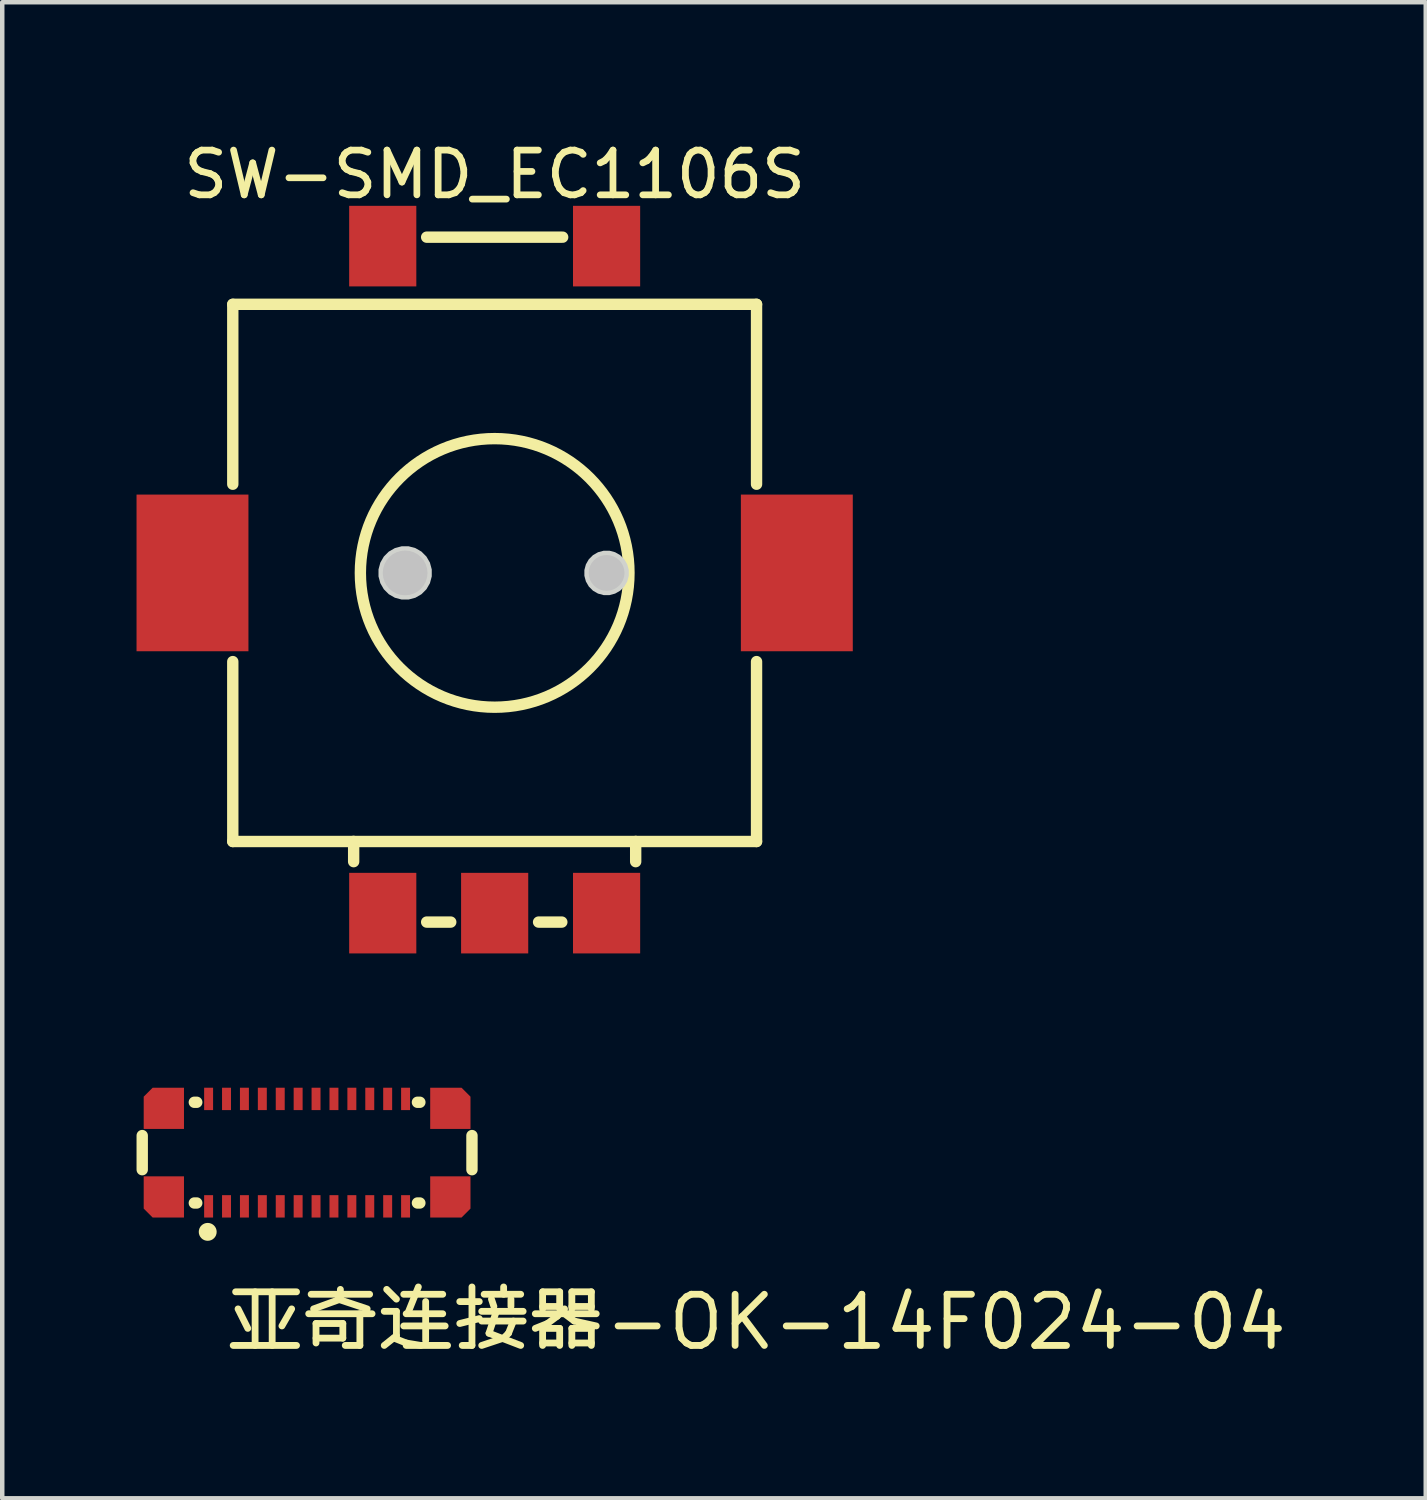
<source format=kicad_pcb>
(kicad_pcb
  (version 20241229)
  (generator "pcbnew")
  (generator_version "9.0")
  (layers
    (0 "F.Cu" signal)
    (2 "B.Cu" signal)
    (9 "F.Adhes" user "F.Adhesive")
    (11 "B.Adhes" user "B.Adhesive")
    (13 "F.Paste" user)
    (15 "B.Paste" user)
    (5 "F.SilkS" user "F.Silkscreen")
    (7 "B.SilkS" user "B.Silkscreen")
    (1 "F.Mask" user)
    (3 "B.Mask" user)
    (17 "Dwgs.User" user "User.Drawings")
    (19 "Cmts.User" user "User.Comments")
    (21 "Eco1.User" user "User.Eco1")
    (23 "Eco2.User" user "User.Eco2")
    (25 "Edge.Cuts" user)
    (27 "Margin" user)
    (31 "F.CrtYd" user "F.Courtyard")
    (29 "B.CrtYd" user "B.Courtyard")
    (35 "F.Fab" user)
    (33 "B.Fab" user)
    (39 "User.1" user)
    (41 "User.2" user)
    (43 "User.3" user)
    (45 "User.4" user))
  (footprint "亚奇连接器-OK-14F024-04"
    (layer "F.Cu")
    (at 3.55 22.998)
    (property "Reference" "亚奇连接器-OK-14F024-04" (at -1.6 3.486 180) (layer "F.SilkS") (effects (font (size 1.143 1.143) (thickness 0.152)) (justify left)))
    (attr smd)
    (fp_line (start -3.423 -0.681) (end -3.423 0.081) (stroke (width 0.254) (type default)) (layer "F.SilkS"))
    (fp_line (start -2.259 -1.425) (end -2.205 -1.425) (stroke (width 0.254) (type default)) (layer "F.SilkS"))
    (fp_line (start -2.259 0.825) (end -2.205 0.825) (stroke (width 0.254) (type default)) (layer "F.SilkS"))
    (fp_line (start 2.779 -1.425) (end 2.725 -1.425) (stroke (width 0.254) (type default)) (layer "F.SilkS"))
    (fp_line (start 2.779 0.825) (end 2.725 0.825) (stroke (width 0.254) (type default)) (layer "F.SilkS"))
    (fp_line (start 3.943 -0.681) (end 3.943 0.081) (stroke (width 0.254) (type default)) (layer "F.SilkS"))
    (fp_circle (center -1.96 1.47) (end -1.86 1.47) (stroke (width 0.2) (type default)) (fill no) (layer "F.SilkS"))
    (fp_poly (pts (xy -2 -1.25) (xy -1.88 -1.25) (xy -1.88 -1.55) (xy -2 -1.55)) (stroke (width 0.1) (type default)) (fill no) (layer "User.1"))
    (fp_poly (pts (xy -2 0.95) (xy -1.88 0.95) (xy -1.88 0.65) (xy -2 0.65)) (stroke (width 0.1) (type default)) (fill no) (layer "User.1"))
    (fp_poly (pts (xy -1.6 -1.25) (xy -1.48 -1.25) (xy -1.48 -1.55) (xy -1.6 -1.55)) (stroke (width 0.1) (type default)) (fill no) (layer "User.1"))
    (fp_poly (pts (xy -1.6 0.95) (xy -1.48 0.95) (xy -1.48 0.65) (xy -1.6 0.65)) (stroke (width 0.1) (type default)) (fill no) (layer "User.1"))
    (fp_poly (pts (xy -1.2 -1.25) (xy -1.08 -1.25) (xy -1.08 -1.55) (xy -1.2 -1.55)) (stroke (width 0.1) (type default)) (fill no) (layer "User.1"))
    (fp_poly (pts (xy -1.2 0.95) (xy -1.08 0.95) (xy -1.08 0.65) (xy -1.2 0.65)) (stroke (width 0.1) (type default)) (fill no) (layer "User.1"))
    (fp_poly (pts (xy -0.8 -1.25) (xy -0.68 -1.25) (xy -0.68 -1.55) (xy -0.8 -1.55)) (stroke (width 0.1) (type default)) (fill no) (layer "User.1"))
    (fp_poly (pts (xy -0.8 0.95) (xy -0.68 0.95) (xy -0.68 0.65) (xy -0.8 0.65)) (stroke (width 0.1) (type default)) (fill no) (layer "User.1"))
    (fp_poly (pts (xy -0.4 -1.25) (xy -0.28 -1.25) (xy -0.28 -1.55) (xy -0.4 -1.55)) (stroke (width 0.1) (type default)) (fill no) (layer "User.1"))
    (fp_poly (pts (xy -0.4 0.95) (xy -0.28 0.95) (xy -0.28 0.65) (xy -0.4 0.65)) (stroke (width 0.1) (type default)) (fill no) (layer "User.1"))
    (fp_poly (pts (xy 0 -1.25) (xy 0.12 -1.25) (xy 0.12 -1.55) (xy 0 -1.55)) (stroke (width 0.1) (type default)) (fill no) (layer "User.1"))
    (fp_poly (pts (xy 0 0.95) (xy 0.12 0.95) (xy 0.12 0.65) (xy 0 0.65)) (stroke (width 0.1) (type default)) (fill no) (layer "User.1"))
    (fp_poly (pts (xy 0.4 -1.25) (xy 0.52 -1.25) (xy 0.52 -1.55) (xy 0.4 -1.55)) (stroke (width 0.1) (type default)) (fill no) (layer "User.1"))
    (fp_poly (pts (xy 0.4 0.95) (xy 0.52 0.95) (xy 0.52 0.65) (xy 0.4 0.65)) (stroke (width 0.1) (type default)) (fill no) (layer "User.1"))
    (fp_poly (pts (xy 0.8 -1.25) (xy 0.92 -1.25) (xy 0.92 -1.55) (xy 0.8 -1.55)) (stroke (width 0.1) (type default)) (fill no) (layer "User.1"))
    (fp_poly (pts (xy 0.8 0.95) (xy 0.92 0.95) (xy 0.92 0.65) (xy 0.8 0.65)) (stroke (width 0.1) (type default)) (fill no) (layer "User.1"))
    (fp_poly (pts (xy 1.2 -1.25) (xy 1.32 -1.25) (xy 1.32 -1.55) (xy 1.2 -1.55)) (stroke (width 0.1) (type default)) (fill no) (layer "User.1"))
    (fp_poly (pts (xy 1.2 0.95) (xy 1.32 0.95) (xy 1.32 0.65) (xy 1.2 0.65)) (stroke (width 0.1) (type default)) (fill no) (layer "User.1"))
    (fp_poly (pts (xy 1.6 -1.25) (xy 1.72 -1.25) (xy 1.72 -1.55) (xy 1.6 -1.55)) (stroke (width 0.1) (type default)) (fill no) (layer "User.1"))
    (fp_poly (pts (xy 1.6 0.95) (xy 1.72 0.95) (xy 1.72 0.65) (xy 1.6 0.65)) (stroke (width 0.1) (type default)) (fill no) (layer "User.1"))
    (fp_poly (pts (xy 2 -1.25) (xy 2.12 -1.25) (xy 2.12 -1.55) (xy 2 -1.55)) (stroke (width 0.1) (type default)) (fill no) (layer "User.1"))
    (fp_poly (pts (xy 2 0.95) (xy 2.12 0.95) (xy 2.12 0.65) (xy 2 0.65)) (stroke (width 0.1) (type default)) (fill no) (layer "User.1"))
    (fp_poly (pts (xy 2.4 -1.25) (xy 2.52 -1.25) (xy 2.52 -1.55) (xy 2.4 -1.55)) (stroke (width 0.1) (type default)) (fill no) (layer "User.1"))
    (fp_poly (pts (xy 2.4 0.95) (xy 2.52 0.95) (xy 2.52 0.65) (xy 2.4 0.65)) (stroke (width 0.1) (type default)) (fill no) (layer "User.1"))
    (fp_poly (pts (xy -3.21 -1.02) (xy -2.67 -1.02) (xy -2.67 -1.13) (xy -2.69 -1.14) (xy -2.69 -1.5) (xy -2.99 -1.5) (xy -2.99 -1.14) (xy -3.21 -1.14)) (stroke (width 0.1) (type default)) (fill no) (layer "User.1"))
    (fp_poly (pts (xy -3.21 0.42) (xy -2.67 0.42) (xy -2.67 0.53) (xy -2.69 0.54) (xy -2.69 0.9) (xy -2.99 0.9) (xy -2.99 0.54) (xy -3.21 0.54)) (stroke (width 0.1) (type default)) (fill no) (layer "User.1"))
    (fp_poly (pts (xy 3.73 -1.02) (xy 3.19 -1.02) (xy 3.19 -1.13) (xy 3.21 -1.14) (xy 3.21 -1.5) (xy 3.51 -1.5) (xy 3.51 -1.14) (xy 3.73 -1.14)) (stroke (width 0.1) (type default)) (fill no) (layer "User.1"))
    (fp_poly (pts (xy 3.73 0.42) (xy 3.19 0.42) (xy 3.19 0.53) (xy 3.21 0.54) (xy 3.21 0.9) (xy 3.51 0.9) (xy 3.51 0.54) (xy 3.73 0.54)) (stroke (width 0.1) (type default)) (fill no) (layer "User.1"))
    (fp_line (start -3.365 -1.425) (end -3.365 0.825) (stroke (width 0.051) (type default)) (layer "User.2"))
    (fp_line (start -3.365 0.825) (end 3.885 0.825) (stroke (width 0.051) (type default)) (layer "User.2"))
    (fp_line (start 3.885 -1.425) (end -3.365 -1.425) (stroke (width 0.051) (type default)) (layer "User.2"))
    (fp_line (start 3.885 0.825) (end 3.885 -1.425) (stroke (width 0.051) (type default)) (layer "User.2"))
    (fp_poly (pts (xy -3.31 0.973) (xy -3.342 1.005) (xy -3.388 1.005) (xy -3.42 0.973) (xy -3.42 0.927) (xy -3.388 0.895) (xy -3.342 0.895) (xy -3.31 0.927)) (stroke (width 0.1) (type default)) (fill no) (layer "User.3"))
    (pad "1" smd rect (at -1.94 0.9) (size 0.2 0.5) (layers "F.Cu" "F.Mask" "F.Paste"))
    (pad "2" smd rect (at -1.54 0.9) (size 0.2 0.5) (layers "F.Cu" "F.Mask" "F.Paste"))
    (pad "3" smd rect (at -1.14 0.9) (size 0.2 0.5) (layers "F.Cu" "F.Mask" "F.Paste"))
    (pad "4" smd rect (at -0.74 0.9) (size 0.2 0.5) (layers "F.Cu" "F.Mask" "F.Paste"))
    (pad "5" smd rect (at -0.34 0.9) (size 0.2 0.5) (layers "F.Cu" "F.Mask" "F.Paste"))
    (pad "6" smd rect (at 0.06 0.9) (size 0.2 0.5) (layers "F.Cu" "F.Mask" "F.Paste"))
    (pad "7" smd rect (at 0.46 0.9) (size 0.2 0.5) (layers "F.Cu" "F.Mask" "F.Paste"))
    (pad "8" smd rect (at 0.86 0.9) (size 0.2 0.5) (layers "F.Cu" "F.Mask" "F.Paste"))
    (pad "9" smd rect (at 1.26 0.9) (size 0.2 0.5) (layers "F.Cu" "F.Mask" "F.Paste"))
    (pad "10" smd rect (at 1.66 0.9) (size 0.2 0.5) (layers "F.Cu" "F.Mask" "F.Paste"))
    (pad "11" smd rect (at 2.06 0.9) (size 0.2 0.5) (layers "F.Cu" "F.Mask" "F.Paste"))
    (pad "12" smd rect (at 2.46 0.9) (size 0.2 0.5) (layers "F.Cu" "F.Mask" "F.Paste"))
    (pad "13" smd rect (at 2.46 -1.5) (size 0.2 0.5) (layers "F.Cu" "F.Mask" "F.Paste"))
    (pad "14" smd rect (at 2.06 -1.5) (size 0.2 0.5) (layers "F.Cu" "F.Mask" "F.Paste"))
    (pad "15" smd rect (at 1.66 -1.5) (size 0.2 0.5) (layers "F.Cu" "F.Mask" "F.Paste"))
    (pad "16" smd rect (at 1.26 -1.5) (size 0.2 0.5) (layers "F.Cu" "F.Mask" "F.Paste"))
    (pad "17" smd rect (at 0.86 -1.5) (size 0.2 0.5) (layers "F.Cu" "F.Mask" "F.Paste"))
    (pad "18" smd rect (at 0.46 -1.5) (size 0.2 0.5) (layers "F.Cu" "F.Mask" "F.Paste"))
    (pad "19" smd rect (at 0.06 -1.5) (size 0.2 0.5) (layers "F.Cu" "F.Mask" "F.Paste"))
    (pad "20" smd rect (at -0.34 -1.5) (size 0.2 0.5) (layers "F.Cu" "F.Mask" "F.Paste"))
    (pad "21" smd rect (at -0.74 -1.5) (size 0.2 0.5) (layers "F.Cu" "F.Mask" "F.Paste"))
    (pad "22" smd rect (at -1.14 -1.5) (size 0.2 0.5) (layers "F.Cu" "F.Mask" "F.Paste"))
    (pad "23" smd rect (at -1.54 -1.5) (size 0.2 0.5) (layers "F.Cu" "F.Mask" "F.Paste"))
    (pad "24" smd rect (at -1.94 -1.5) (size 0.2 0.5) (layers "F.Cu" "F.Mask" "F.Paste"))
    (pad "25" smd custom (at -2.94 -1.29) (size 0.000001 0.000001) (layers "F.Cu" "F.Mask" "F.Paste") (options (anchor circle)) (primitives (gr_poly (pts (xy 0.45 -0.46) (xy -0.25 -0.46) (xy -0.45 -0.26) (xy -0.45 0.46) (xy 0.45 0.46) (xy 0.45 0)) (width 0) (fill yes))))
    (pad "26" smd custom (at -2.94 0.69) (size 0.000001 0.000001) (layers "F.Cu" "F.Mask" "F.Paste") (options (anchor circle)) (primitives (gr_poly (pts (xy 0.45 0.46) (xy -0.25 0.46) (xy -0.45 0.26) (xy -0.45 -0.46) (xy 0.45 -0.46) (xy 0.45 0)) (width 0) (fill yes))))
    (pad "27" smd custom (at 3.46 0.69) (size 0.000001 0.000001) (layers "F.Cu" "F.Mask" "F.Paste") (options (anchor circle)) (primitives (gr_poly (pts (xy -0.45 0.46) (xy 0.25 0.46) (xy 0.45 0.26) (xy 0.45 -0.46) (xy -0.45 -0.46) (xy -0.45 0)) (width 0) (fill yes))))
    (pad "28" smd custom (at 3.46 -1.29) (size 0.000001 0.000001) (layers "F.Cu" "F.Mask" "F.Paste") (options (anchor circle)) (primitives (gr_poly (pts (xy -0.45 -0.46) (xy 0.25 -0.46) (xy 0.45 -0.26) (xy 0.45 0.46) (xy -0.45 0.46) (xy -0.45 0)) (width 0) (fill yes)))))
  (footprint "SW-SMD_EC1106S"
    (layer "F.Cu")
    (at 8 9.898)
    (property "Reference" "SW-SMD_EC1106S" (at 0 -9.05 0) (layer "F.SilkS") (effects (font (size 1 1) (thickness 0.15))))
    (fp_line (start -5.85 -6.15) (end 5.85 -6.15) (stroke (width 0.254) (type default)) (layer "F.SilkS"))
    (fp_line (start -5.85 -2.131) (end -5.85 -6.15) (stroke (width 0.254) (type default)) (layer "F.SilkS"))
    (fp_line (start -5.85 5.85) (end -5.85 1.831) (stroke (width 0.254) (type default)) (layer "F.SilkS"))
    (fp_line (start -3.162 5.85) (end -3.15 5.85) (stroke (width 0.254) (type default)) (layer "F.SilkS"))
    (fp_line (start -3.15 5.85) (end -3.15 6.3) (stroke (width 0.254) (type default)) (layer "F.SilkS"))
    (fp_line (start -1.519 -7.65) (end 1.519 -7.65) (stroke (width 0.254) (type default)) (layer "F.SilkS"))
    (fp_line (start -1.519 7.65) (end -0.981 7.65) (stroke (width 0.254) (type default)) (layer "F.SilkS"))
    (fp_line (start 0.981 7.65) (end 1.5 7.65) (stroke (width 0.254) (type default)) (layer "F.SilkS"))
    (fp_line (start 3.15 5.85) (end 3.15 6.3) (stroke (width 0.254) (type default)) (layer "F.SilkS"))
    (fp_line (start 3.151 5.85) (end 3.15 5.85) (stroke (width 0.254) (type default)) (layer "F.SilkS"))
    (fp_line (start 5.85 -6.15) (end 5.85 -2.131) (stroke (width 0.254) (type default)) (layer "F.SilkS"))
    (fp_line (start 5.85 1.831) (end 5.85 5.85) (stroke (width 0.254) (type default)) (layer "F.SilkS"))
    (fp_line (start 5.85 5.85) (end -5.85 5.85) (stroke (width 0.254) (type default)) (layer "F.SilkS"))
    (fp_circle (center 0 -0.15) (end 3 -0.15) (stroke (width 0.254) (type default)) (fill no) (layer "F.SilkS"))
    (fp_circle (center -2 -0.15) (end -1.75 -0.15) (stroke (width 0.5) (type default)) (fill no) (layer "Dwgs.User"))
    (fp_circle (center 2.5 -0.15) (end 2.7 -0.15) (stroke (width 0.4) (type default)) (fill no) (layer "Dwgs.User"))
    (fp_poly (pts (xy -1.405 -0.228) (xy -1.446 -0.38) (xy -1.524 -0.515) (xy -1.635 -0.626) (xy -1.77 -0.704) (xy -1.922 -0.745) (xy -2.078 -0.745) (xy -2.23 -0.704) (xy -2.365 -0.626) (xy -2.476 -0.515) (xy -2.554 -0.38) (xy -2.595 -0.228) (xy -2.595 -0.072) (xy -2.554 0.08) (xy -2.476 0.215) (xy -2.365 0.326) (xy -2.23 0.404) (xy -2.078 0.445) (xy -1.922 0.445) (xy -1.77 0.404) (xy -1.635 0.326) (xy -1.524 0.215) (xy -1.446 0.08) (xy -1.405 -0.072)) (stroke (width 0) (type default)) (fill yes) (layer "Edge.Cuts"))
    (fp_poly (pts (xy 2.996 -0.215) (xy 2.962 -0.341) (xy 2.897 -0.454) (xy 2.804 -0.547) (xy 2.691 -0.612) (xy 2.565 -0.646) (xy 2.435 -0.646) (xy 2.309 -0.612) (xy 2.196 -0.547) (xy 2.103 -0.454) (xy 2.038 -0.341) (xy 2.004 -0.215) (xy 2.004 -0.085) (xy 2.038 0.041) (xy 2.103 0.154) (xy 2.196 0.247) (xy 2.309 0.312) (xy 2.435 0.346) (xy 2.565 0.346) (xy 2.691 0.312) (xy 2.804 0.247) (xy 2.897 0.154) (xy 2.962 0.041) (xy 2.996 -0.085)) (stroke (width 0) (type default)) (fill yes) (layer "Edge.Cuts"))
    (fp_poly (pts (xy -7.5 -1.4) (xy -5.7 -1.4) (xy -5.7 1.1) (xy -7.5 1.1)) (stroke (width 0.1) (type default)) (fill no) (layer "User.1"))
    (fp_poly (pts (xy -3.1 -7.65) (xy -1.9 -7.65) (xy -1.9 -6.45) (xy -3.1 -6.45)) (stroke (width 0.1) (type default)) (fill no) (layer "User.1"))
    (fp_poly (pts (xy -3.1 6.45) (xy -1.9 6.45) (xy -1.9 7.65) (xy -3.1 7.65)) (stroke (width 0.1) (type default)) (fill no) (layer "User.1"))
    (fp_poly (pts (xy -0.6 6.45) (xy 0.6 6.45) (xy 0.6 7.65) (xy -0.6 7.65)) (stroke (width 0.1) (type default)) (fill no) (layer "User.1"))
    (fp_poly (pts (xy 1.9 -7.65) (xy 3.1 -7.65) (xy 3.1 -6.45) (xy 1.9 -6.45)) (stroke (width 0.1) (type default)) (fill no) (layer "User.1"))
    (fp_poly (pts (xy 1.9 6.45) (xy 3.1 6.45) (xy 3.1 7.65) (xy 1.9 7.65)) (stroke (width 0.1) (type default)) (fill no) (layer "User.1"))
    (fp_poly (pts (xy 5.7 -1.4) (xy 7.5 -1.4) (xy 7.5 1.1) (xy 5.7 1.1)) (stroke (width 0.1) (type default)) (fill no) (layer "User.1"))
    (fp_line (start -5.85 -6.15) (end -3.15 -6.15) (stroke (width 0.051) (type default)) (layer "User.2"))
    (fp_line (start -5.85 5.85) (end -5.85 -6.15) (stroke (width 0.051) (type default)) (layer "User.2"))
    (fp_line (start -3.15 -7.65) (end 3.15 -7.65) (stroke (width 0.051) (type default)) (layer "User.2"))
    (fp_line (start -3.15 -6.15) (end -3.15 -7.65) (stroke (width 0.051) (type default)) (layer "User.2"))
    (fp_line (start -3.15 5.85) (end -5.85 5.85) (stroke (width 0.051) (type default)) (layer "User.2"))
    (fp_line (start -3.15 7.65) (end -3.15 5.85) (stroke (width 0.051) (type default)) (layer "User.2"))
    (fp_line (start 3.15 -7.65) (end 3.15 -6.15) (stroke (width 0.051) (type default)) (layer "User.2"))
    (fp_line (start 3.15 -6.15) (end 5.85 -6.15) (stroke (width 0.051) (type default)) (layer "User.2"))
    (fp_line (start 3.15 5.85) (end 3.15 7.65) (stroke (width 0.051) (type default)) (layer "User.2"))
    (fp_line (start 3.15 7.65) (end -3.15 7.65) (stroke (width 0.051) (type default)) (layer "User.2"))
    (fp_line (start 5.85 -6.15) (end 5.85 5.85) (stroke (width 0.051) (type default)) (layer "User.2"))
    (fp_line (start 5.85 5.85) (end 3.15 5.85) (stroke (width 0.051) (type default)) (layer "User.2"))
    (fp_poly (pts (xy -7.445 7.627) (xy -7.477 7.595) (xy -7.523 7.595) (xy -7.555 7.627) (xy -7.555 7.673) (xy -7.523 7.705) (xy -7.477 7.705) (xy -7.445 7.673)) (stroke (width 0.1) (type default)) (fill no) (layer "User.3"))
    (pad "1" smd rect (at -2.5 7.45) (size 1.5 1.8) (layers "F.Cu" "F.Mask" "F.Paste"))
    (pad "2" smd rect (at 0 7.45) (size 1.5 1.8) (layers "F.Cu" "F.Mask" "F.Paste"))
    (pad "3" smd rect (at 2.5 7.45) (size 1.5 1.8) (layers "F.Cu" "F.Mask" "F.Paste"))
    (pad "4" smd rect (at 2.5 -7.45) (size 1.5 1.8) (layers "F.Cu" "F.Mask" "F.Paste"))
    (pad "5" smd rect (at -2.5 -7.45) (size 1.5 1.8) (layers "F.Cu" "F.Mask" "F.Paste"))
    (pad "6" smd rect (at -6.75 -0.15) (size 2.5 3.5) (layers "F.Cu" "F.Mask" "F.Paste"))
    (pad "7" smd rect (at 6.75 -0.15) (size 2.5 3.5) (layers "F.Cu" "F.Mask" "F.Paste")))
  (gr_rect
    (start -3 -3)
    (end 28.799 30.42)
    (stroke (width 0.1) (type default))
    (fill no)
    (layer "Edge.Cuts")))
</source>
